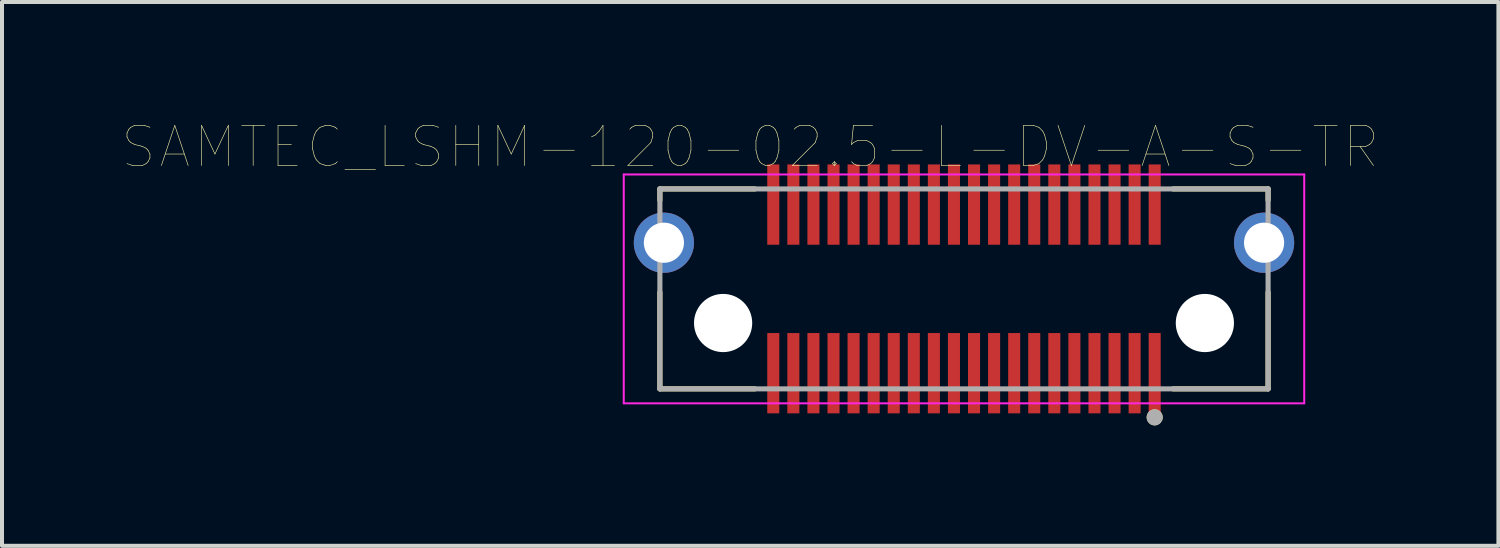
<source format=kicad_pcb>
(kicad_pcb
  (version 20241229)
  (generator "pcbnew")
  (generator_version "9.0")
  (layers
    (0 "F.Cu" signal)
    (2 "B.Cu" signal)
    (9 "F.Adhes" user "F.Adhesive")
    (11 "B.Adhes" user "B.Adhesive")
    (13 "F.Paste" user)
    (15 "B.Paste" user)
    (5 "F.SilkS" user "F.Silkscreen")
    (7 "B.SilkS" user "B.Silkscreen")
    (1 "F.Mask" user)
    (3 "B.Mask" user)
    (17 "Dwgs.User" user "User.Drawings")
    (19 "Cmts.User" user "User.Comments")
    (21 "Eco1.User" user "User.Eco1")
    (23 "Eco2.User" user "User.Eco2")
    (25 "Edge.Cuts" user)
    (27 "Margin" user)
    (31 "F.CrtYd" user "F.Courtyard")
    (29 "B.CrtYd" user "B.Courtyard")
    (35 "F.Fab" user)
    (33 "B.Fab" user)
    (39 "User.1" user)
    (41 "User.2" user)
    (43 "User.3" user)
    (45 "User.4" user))
  (footprint "SAMTEC_LSHM-120-02.5-L-DV-A-S-TR"
    (layer "F.Cu")
    (at 20.962 4.146)
    (property "Reference" "SAMTEC_LSHM-120-02.5-L-DV-A-S-TR" (at -5.325 -3.535 0) (layer "F.SilkS") (effects (font (size 1 1) (thickness 0.015))))
    (attr through_hole)
    (fp_line (start -7.575 -2.49) (end -7.575 -2.21) (stroke (width 0.127) (type solid)) (layer "F.SilkS"))
    (fp_line (start -7.575 2.49) (end -7.575 0.086) (stroke (width 0.127) (type solid)) (layer "F.SilkS"))
    (fp_line (start -7.575 2.49) (end -5.21 2.49) (stroke (width 0.127) (type solid)) (layer "F.SilkS"))
    (fp_line (start -5.21 -2.49) (end -7.575 -2.49) (stroke (width 0.127) (type solid)) (layer "F.SilkS"))
    (fp_line (start 5.21 2.49) (end 7.575 2.49) (stroke (width 0.127) (type solid)) (layer "F.SilkS"))
    (fp_line (start 7.575 -2.49) (end 5.21 -2.49) (stroke (width 0.127) (type solid)) (layer "F.SilkS"))
    (fp_line (start 7.575 -2.49) (end 7.575 -2.21) (stroke (width 0.127) (type solid)) (layer "F.SilkS"))
    (fp_line (start 7.575 2.49) (end 7.575 0.086) (stroke (width 0.127) (type solid)) (layer "F.SilkS"))
    (fp_circle (center 4.75 3.2) (end 4.85 3.2) (stroke (width 0.2) (type solid)) (fill no) (layer "F.SilkS"))
    (fp_circle (center -7.475 -1.15) (end -6.475 -1.15) (stroke (width 0.1) (type solid)) (fill no) (layer "F.Paste"))
    (fp_circle (center 7.475 -1.15) (end 8.475 -1.15) (stroke (width 0.1) (type solid)) (fill no) (layer "F.Paste"))
    (fp_line (start -8.475 -2.85) (end 8.475 -2.85) (stroke (width 0.05) (type solid)) (layer "F.CrtYd"))
    (fp_line (start -8.475 2.85) (end -8.475 -2.85) (stroke (width 0.05) (type solid)) (layer "F.CrtYd"))
    (fp_line (start 8.475 -2.85) (end 8.475 2.85) (stroke (width 0.05) (type solid)) (layer "F.CrtYd"))
    (fp_line (start 8.475 2.85) (end -8.475 2.85) (stroke (width 0.05) (type solid)) (layer "F.CrtYd"))
    (fp_line (start -7.575 -2.49) (end 7.575 -2.49) (stroke (width 0.127) (type solid)) (layer "F.Fab"))
    (fp_line (start -7.575 2.49) (end -7.575 -2.49) (stroke (width 0.127) (type solid)) (layer "F.Fab"))
    (fp_line (start 7.575 -2.49) (end 7.575 2.49) (stroke (width 0.127) (type solid)) (layer "F.Fab"))
    (fp_line (start 7.575 2.49) (end -7.575 2.49) (stroke (width 0.127) (type solid)) (layer "F.Fab"))
    (fp_circle (center 4.75 3.2) (end 4.85 3.2) (stroke (width 0.2) (type solid)) (fill no) (layer "F.Fab"))
    (pad "" np_thru_hole circle (at -6 0.85) (size 1.45 1.45) (drill 1.45) (layers "*.Cu" "*.Mask"))
    (pad "" np_thru_hole circle (at 6 0.85) (size 1.45 1.45) (drill 1.45) (layers "*.Cu" "*.Mask"))
    (pad "1" smd rect (at 4.75 2.1) (size 0.3 2) (layers "F.Cu" "F.Mask" "F.Paste"))
    (pad "2" smd rect (at 4.75 -2.1) (size 0.3 2) (layers "F.Cu" "F.Mask" "F.Paste"))
    (pad "3" smd rect (at 4.25 2.1) (size 0.3 2) (layers "F.Cu" "F.Mask" "F.Paste"))
    (pad "4" smd rect (at 4.25 -2.1) (size 0.3 2) (layers "F.Cu" "F.Mask" "F.Paste"))
    (pad "5" smd rect (at 3.75 2.1) (size 0.3 2) (layers "F.Cu" "F.Mask" "F.Paste"))
    (pad "6" smd rect (at 3.75 -2.1) (size 0.3 2) (layers "F.Cu" "F.Mask" "F.Paste"))
    (pad "7" smd rect (at 3.25 2.1) (size 0.3 2) (layers "F.Cu" "F.Mask" "F.Paste"))
    (pad "8" smd rect (at 3.25 -2.1) (size 0.3 2) (layers "F.Cu" "F.Mask" "F.Paste"))
    (pad "9" smd rect (at 2.75 2.1) (size 0.3 2) (layers "F.Cu" "F.Mask" "F.Paste"))
    (pad "10" smd rect (at 2.75 -2.1) (size 0.3 2) (layers "F.Cu" "F.Mask" "F.Paste"))
    (pad "11" smd rect (at 2.25 2.1) (size 0.3 2) (layers "F.Cu" "F.Mask" "F.Paste"))
    (pad "12" smd rect (at 2.25 -2.1) (size 0.3 2) (layers "F.Cu" "F.Mask" "F.Paste"))
    (pad "13" smd rect (at 1.75 2.1) (size 0.3 2) (layers "F.Cu" "F.Mask" "F.Paste"))
    (pad "14" smd rect (at 1.75 -2.1) (size 0.3 2) (layers "F.Cu" "F.Mask" "F.Paste"))
    (pad "15" smd rect (at 1.25 2.1) (size 0.3 2) (layers "F.Cu" "F.Mask" "F.Paste"))
    (pad "16" smd rect (at 1.25 -2.1) (size 0.3 2) (layers "F.Cu" "F.Mask" "F.Paste"))
    (pad "17" smd rect (at 0.75 2.1) (size 0.3 2) (layers "F.Cu" "F.Mask" "F.Paste"))
    (pad "18" smd rect (at 0.75 -2.1) (size 0.3 2) (layers "F.Cu" "F.Mask" "F.Paste"))
    (pad "19" smd rect (at 0.25 2.1) (size 0.3 2) (layers "F.Cu" "F.Mask" "F.Paste"))
    (pad "20" smd rect (at 0.25 -2.1) (size 0.3 2) (layers "F.Cu" "F.Mask" "F.Paste"))
    (pad "21" smd rect (at -0.25 2.1) (size 0.3 2) (layers "F.Cu" "F.Mask" "F.Paste"))
    (pad "22" smd rect (at -0.25 -2.1) (size 0.3 2) (layers "F.Cu" "F.Mask" "F.Paste"))
    (pad "23" smd rect (at -0.75 2.1) (size 0.3 2) (layers "F.Cu" "F.Mask" "F.Paste"))
    (pad "24" smd rect (at -0.75 -2.1) (size 0.3 2) (layers "F.Cu" "F.Mask" "F.Paste"))
    (pad "25" smd rect (at -1.25 2.1) (size 0.3 2) (layers "F.Cu" "F.Mask" "F.Paste"))
    (pad "26" smd rect (at -1.25 -2.1) (size 0.3 2) (layers "F.Cu" "F.Mask" "F.Paste"))
    (pad "27" smd rect (at -1.75 2.1) (size 0.3 2) (layers "F.Cu" "F.Mask" "F.Paste"))
    (pad "28" smd rect (at -1.75 -2.1) (size 0.3 2) (layers "F.Cu" "F.Mask" "F.Paste"))
    (pad "29" smd rect (at -2.25 2.1) (size 0.3 2) (layers "F.Cu" "F.Mask" "F.Paste"))
    (pad "30" smd rect (at -2.25 -2.1) (size 0.3 2) (layers "F.Cu" "F.Mask" "F.Paste"))
    (pad "31" smd rect (at -2.75 2.1) (size 0.3 2) (layers "F.Cu" "F.Mask" "F.Paste"))
    (pad "32" smd rect (at -2.75 -2.1) (size 0.3 2) (layers "F.Cu" "F.Mask" "F.Paste"))
    (pad "33" smd rect (at -3.25 2.1) (size 0.3 2) (layers "F.Cu" "F.Mask" "F.Paste"))
    (pad "34" smd rect (at -3.25 -2.1) (size 0.3 2) (layers "F.Cu" "F.Mask" "F.Paste"))
    (pad "35" smd rect (at -3.75 2.1) (size 0.3 2) (layers "F.Cu" "F.Mask" "F.Paste"))
    (pad "36" smd rect (at -3.75 -2.1) (size 0.3 2) (layers "F.Cu" "F.Mask" "F.Paste"))
    (pad "37" smd rect (at -4.25 2.1) (size 0.3 2) (layers "F.Cu" "F.Mask" "F.Paste"))
    (pad "38" smd rect (at -4.25 -2.1) (size 0.3 2) (layers "F.Cu" "F.Mask" "F.Paste"))
    (pad "39" smd rect (at -4.75 2.1) (size 0.3 2) (layers "F.Cu" "F.Mask" "F.Paste"))
    (pad "40" smd rect (at -4.75 -2.1) (size 0.3 2) (layers "F.Cu" "F.Mask" "F.Paste"))
    (pad "S1" thru_hole circle (at -7.475 -1.15) (size 1.5 1.5) (drill 1) (layers "*.Cu" "*.Mask"))
    (pad "S2" thru_hole circle (at 7.475 -1.15) (size 1.5 1.5) (drill 1) (layers "*.Cu" "*.Mask")))
  (gr_rect
    (start -3 -3)
    (end 34.274 10.546)
    (stroke (width 0.1) (type default))
    (fill no)
    (layer "Edge.Cuts")))
</source>
